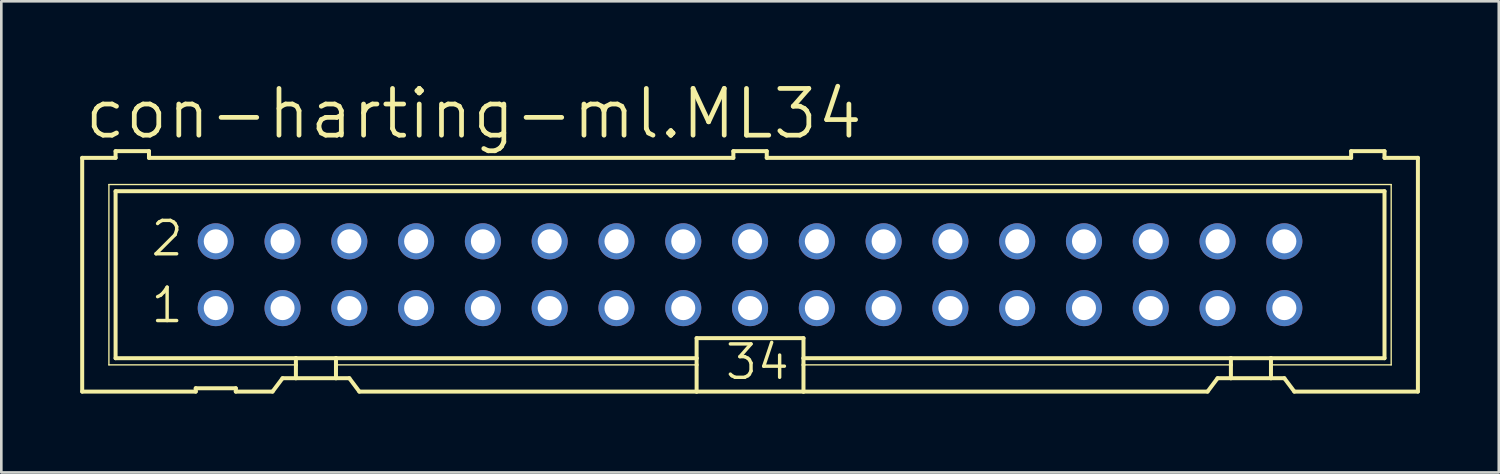
<source format=kicad_pcb>
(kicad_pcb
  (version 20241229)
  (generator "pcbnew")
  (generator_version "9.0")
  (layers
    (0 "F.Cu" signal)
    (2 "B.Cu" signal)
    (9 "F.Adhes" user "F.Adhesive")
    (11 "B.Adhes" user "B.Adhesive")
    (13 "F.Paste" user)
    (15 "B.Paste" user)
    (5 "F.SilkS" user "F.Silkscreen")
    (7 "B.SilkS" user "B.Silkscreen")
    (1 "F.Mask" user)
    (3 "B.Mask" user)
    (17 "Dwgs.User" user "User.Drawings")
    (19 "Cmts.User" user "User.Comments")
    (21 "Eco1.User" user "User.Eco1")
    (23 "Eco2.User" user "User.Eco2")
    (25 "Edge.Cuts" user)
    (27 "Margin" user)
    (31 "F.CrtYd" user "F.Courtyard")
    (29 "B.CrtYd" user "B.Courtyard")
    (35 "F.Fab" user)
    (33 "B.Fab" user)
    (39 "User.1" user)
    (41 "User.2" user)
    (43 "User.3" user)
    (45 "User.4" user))
  (footprint "con-harting-ml.ML34"
    (layer "F.Cu")
    (at 25.476 7.398)
    (property "Reference" "con-harting-ml.ML34" (at -25.4 -5.08 0) (layer "F.SilkS") (effects (font (size 1.778 1.778) (thickness 0.18)) (justify left bottom)))
    (attr through_hole)
    (fp_line (start -25.4 -4.445) (end -25.4 4.445) (stroke (width 0.152) (type default)) (layer "F.SilkS"))
    (fp_line (start -25.4 -4.445) (end -24.13 -4.445) (stroke (width 0.152) (type default)) (layer "F.SilkS"))
    (fp_line (start -25.4 4.445) (end -21.082 4.445) (stroke (width 0.152) (type default)) (layer "F.SilkS"))
    (fp_line (start -24.384 -3.429) (end -24.384 3.429) (stroke (width 0.051) (type default)) (layer "F.SilkS"))
    (fp_line (start -24.384 3.429) (end -17.272 3.429) (stroke (width 0.051) (type default)) (layer "F.SilkS"))
    (fp_line (start -24.13 -4.699) (end -24.13 -4.445) (stroke (width 0.152) (type default)) (layer "F.SilkS"))
    (fp_line (start -24.13 -3.175) (end -24.13 3.175) (stroke (width 0.152) (type default)) (layer "F.SilkS"))
    (fp_line (start -24.13 -3.175) (end 24.13 -3.175) (stroke (width 0.152) (type default)) (layer "F.SilkS"))
    (fp_line (start -22.86 -4.699) (end -24.13 -4.699) (stroke (width 0.152) (type default)) (layer "F.SilkS"))
    (fp_line (start -22.86 -4.699) (end -22.86 -4.445) (stroke (width 0.152) (type default)) (layer "F.SilkS"))
    (fp_line (start -22.86 -4.445) (end -0.635 -4.445) (stroke (width 0.152) (type default)) (layer "F.SilkS"))
    (fp_line (start -21.082 4.318) (end -21.082 4.445) (stroke (width 0.152) (type default)) (layer "F.SilkS"))
    (fp_line (start -21.082 4.318) (end -19.558 4.318) (stroke (width 0.152) (type default)) (layer "F.SilkS"))
    (fp_line (start -19.558 4.445) (end -19.558 4.318) (stroke (width 0.152) (type default)) (layer "F.SilkS"))
    (fp_line (start -19.558 4.445) (end -18.161 4.445) (stroke (width 0.152) (type default)) (layer "F.SilkS"))
    (fp_line (start -18.161 4.445) (end -17.78 3.937) (stroke (width 0.152) (type default)) (layer "F.SilkS"))
    (fp_line (start -17.272 3.175) (end -24.13 3.175) (stroke (width 0.152) (type default)) (layer "F.SilkS"))
    (fp_line (start -17.272 3.175) (end -17.272 3.429) (stroke (width 0.152) (type default)) (layer "F.SilkS"))
    (fp_line (start -17.272 3.429) (end -17.272 3.937) (stroke (width 0.152) (type default)) (layer "F.SilkS"))
    (fp_line (start -17.272 3.937) (end -17.78 3.937) (stroke (width 0.152) (type default)) (layer "F.SilkS"))
    (fp_line (start -15.748 3.175) (end -17.272 3.175) (stroke (width 0.152) (type default)) (layer "F.SilkS"))
    (fp_line (start -15.748 3.175) (end -15.748 3.429) (stroke (width 0.152) (type default)) (layer "F.SilkS"))
    (fp_line (start -15.748 3.429) (end -15.748 3.937) (stroke (width 0.152) (type default)) (layer "F.SilkS"))
    (fp_line (start -15.748 3.429) (end -2.032 3.429) (stroke (width 0.051) (type default)) (layer "F.SilkS"))
    (fp_line (start -15.748 3.937) (end -17.272 3.937) (stroke (width 0.152) (type default)) (layer "F.SilkS"))
    (fp_line (start -15.24 3.937) (end -15.748 3.937) (stroke (width 0.152) (type default)) (layer "F.SilkS"))
    (fp_line (start -15.24 3.937) (end -14.859 4.445) (stroke (width 0.152) (type default)) (layer "F.SilkS"))
    (fp_line (start -14.859 4.445) (end -2.032 4.445) (stroke (width 0.152) (type default)) (layer "F.SilkS"))
    (fp_line (start -2.032 3.175) (end -15.748 3.175) (stroke (width 0.152) (type default)) (layer "F.SilkS"))
    (fp_line (start -2.032 3.175) (end -2.032 2.413) (stroke (width 0.152) (type default)) (layer "F.SilkS"))
    (fp_line (start -2.032 3.175) (end -2.032 3.429) (stroke (width 0.152) (type default)) (layer "F.SilkS"))
    (fp_line (start -2.032 3.429) (end -2.032 4.445) (stroke (width 0.152) (type default)) (layer "F.SilkS"))
    (fp_line (start -0.635 -4.699) (end -0.635 -4.445) (stroke (width 0.152) (type default)) (layer "F.SilkS"))
    (fp_line (start 0.635 -4.699) (end -0.635 -4.699) (stroke (width 0.152) (type default)) (layer "F.SilkS"))
    (fp_line (start 0.635 -4.699) (end 0.635 -4.445) (stroke (width 0.152) (type default)) (layer "F.SilkS"))
    (fp_line (start 0.635 -4.445) (end 22.86 -4.445) (stroke (width 0.152) (type default)) (layer "F.SilkS"))
    (fp_line (start 2.032 2.413) (end -2.032 2.413) (stroke (width 0.152) (type default)) (layer "F.SilkS"))
    (fp_line (start 2.032 2.413) (end 2.032 3.175) (stroke (width 0.152) (type default)) (layer "F.SilkS"))
    (fp_line (start 2.032 3.175) (end 2.032 3.429) (stroke (width 0.152) (type default)) (layer "F.SilkS"))
    (fp_line (start 2.032 3.429) (end 2.032 4.445) (stroke (width 0.152) (type default)) (layer "F.SilkS"))
    (fp_line (start 2.032 4.445) (end -2.032 4.445) (stroke (width 0.152) (type default)) (layer "F.SilkS"))
    (fp_line (start 17.399 4.445) (end 2.032 4.445) (stroke (width 0.152) (type default)) (layer "F.SilkS"))
    (fp_line (start 17.399 4.445) (end 17.78 3.937) (stroke (width 0.152) (type default)) (layer "F.SilkS"))
    (fp_line (start 18.288 3.175) (end 2.032 3.175) (stroke (width 0.152) (type default)) (layer "F.SilkS"))
    (fp_line (start 18.288 3.175) (end 18.288 3.429) (stroke (width 0.152) (type default)) (layer "F.SilkS"))
    (fp_line (start 18.288 3.429) (end 2.032 3.429) (stroke (width 0.051) (type default)) (layer "F.SilkS"))
    (fp_line (start 18.288 3.429) (end 18.288 3.937) (stroke (width 0.152) (type default)) (layer "F.SilkS"))
    (fp_line (start 18.288 3.937) (end 17.78 3.937) (stroke (width 0.152) (type default)) (layer "F.SilkS"))
    (fp_line (start 19.812 3.175) (end 18.288 3.175) (stroke (width 0.152) (type default)) (layer "F.SilkS"))
    (fp_line (start 19.812 3.175) (end 19.812 3.429) (stroke (width 0.152) (type default)) (layer "F.SilkS"))
    (fp_line (start 19.812 3.429) (end 19.812 3.937) (stroke (width 0.152) (type default)) (layer "F.SilkS"))
    (fp_line (start 19.812 3.429) (end 24.384 3.429) (stroke (width 0.051) (type default)) (layer "F.SilkS"))
    (fp_line (start 19.812 3.937) (end 18.288 3.937) (stroke (width 0.152) (type default)) (layer "F.SilkS"))
    (fp_line (start 20.32 3.937) (end 19.812 3.937) (stroke (width 0.152) (type default)) (layer "F.SilkS"))
    (fp_line (start 20.32 3.937) (end 20.701 4.445) (stroke (width 0.152) (type default)) (layer "F.SilkS"))
    (fp_line (start 22.86 -4.445) (end 22.86 -4.699) (stroke (width 0.152) (type default)) (layer "F.SilkS"))
    (fp_line (start 24.13 -4.699) (end 22.86 -4.699) (stroke (width 0.152) (type default)) (layer "F.SilkS"))
    (fp_line (start 24.13 -4.445) (end 24.13 -4.699) (stroke (width 0.152) (type default)) (layer "F.SilkS"))
    (fp_line (start 24.13 -4.445) (end 25.4 -4.445) (stroke (width 0.152) (type default)) (layer "F.SilkS"))
    (fp_line (start 24.13 3.175) (end 19.812 3.175) (stroke (width 0.152) (type default)) (layer "F.SilkS"))
    (fp_line (start 24.13 3.175) (end 24.13 -3.175) (stroke (width 0.152) (type default)) (layer "F.SilkS"))
    (fp_line (start 24.384 -3.429) (end -24.384 -3.429) (stroke (width 0.051) (type default)) (layer "F.SilkS"))
    (fp_line (start 24.384 3.429) (end 24.384 -3.429) (stroke (width 0.051) (type default)) (layer "F.SilkS"))
    (fp_line (start 25.4 4.445) (end 20.701 4.445) (stroke (width 0.152) (type default)) (layer "F.SilkS"))
    (fp_line (start 25.4 4.445) (end 25.4 -4.445) (stroke (width 0.152) (type default)) (layer "F.SilkS"))
    (fp_rect (start -20.574 -1.016) (end -20.066 -1.524) (stroke (width 0.05) (type default)) (fill no) (layer "F.Fab"))
    (fp_rect (start -20.574 1.524) (end -20.066 1.016) (stroke (width 0.05) (type default)) (fill no) (layer "F.Fab"))
    (fp_rect (start -18.034 -1.016) (end -17.526 -1.524) (stroke (width 0.05) (type default)) (fill no) (layer "F.Fab"))
    (fp_rect (start -18.034 1.524) (end -17.526 1.016) (stroke (width 0.05) (type default)) (fill no) (layer "F.Fab"))
    (fp_rect (start -15.494 -1.016) (end -14.986 -1.524) (stroke (width 0.05) (type default)) (fill no) (layer "F.Fab"))
    (fp_rect (start -15.494 1.524) (end -14.986 1.016) (stroke (width 0.05) (type default)) (fill no) (layer "F.Fab"))
    (fp_rect (start -12.954 -1.016) (end -12.446 -1.524) (stroke (width 0.05) (type default)) (fill no) (layer "F.Fab"))
    (fp_rect (start -12.954 1.524) (end -12.446 1.016) (stroke (width 0.05) (type default)) (fill no) (layer "F.Fab"))
    (fp_rect (start -10.414 -1.016) (end -9.906 -1.524) (stroke (width 0.05) (type default)) (fill no) (layer "F.Fab"))
    (fp_rect (start -10.414 1.524) (end -9.906 1.016) (stroke (width 0.05) (type default)) (fill no) (layer "F.Fab"))
    (fp_rect (start -7.874 -1.016) (end -7.366 -1.524) (stroke (width 0.05) (type default)) (fill no) (layer "F.Fab"))
    (fp_rect (start -7.874 1.524) (end -7.366 1.016) (stroke (width 0.05) (type default)) (fill no) (layer "F.Fab"))
    (fp_rect (start -5.334 -1.016) (end -4.826 -1.524) (stroke (width 0.05) (type default)) (fill no) (layer "F.Fab"))
    (fp_rect (start -5.334 1.524) (end -4.826 1.016) (stroke (width 0.05) (type default)) (fill no) (layer "F.Fab"))
    (fp_rect (start -2.794 -1.016) (end -2.286 -1.524) (stroke (width 0.05) (type default)) (fill no) (layer "F.Fab"))
    (fp_rect (start -2.794 1.524) (end -2.286 1.016) (stroke (width 0.05) (type default)) (fill no) (layer "F.Fab"))
    (fp_rect (start -0.254 -1.016) (end 0.254 -1.524) (stroke (width 0.05) (type default)) (fill no) (layer "F.Fab"))
    (fp_rect (start -0.254 1.524) (end 0.254 1.016) (stroke (width 0.05) (type default)) (fill no) (layer "F.Fab"))
    (fp_rect (start 2.286 -1.016) (end 2.794 -1.524) (stroke (width 0.05) (type default)) (fill no) (layer "F.Fab"))
    (fp_rect (start 2.286 1.524) (end 2.794 1.016) (stroke (width 0.05) (type default)) (fill no) (layer "F.Fab"))
    (fp_rect (start 4.826 -1.016) (end 5.334 -1.524) (stroke (width 0.05) (type default)) (fill no) (layer "F.Fab"))
    (fp_rect (start 4.826 1.524) (end 5.334 1.016) (stroke (width 0.05) (type default)) (fill no) (layer "F.Fab"))
    (fp_rect (start 7.366 -1.016) (end 7.874 -1.524) (stroke (width 0.05) (type default)) (fill no) (layer "F.Fab"))
    (fp_rect (start 7.366 1.524) (end 7.874 1.016) (stroke (width 0.05) (type default)) (fill no) (layer "F.Fab"))
    (fp_rect (start 9.906 -1.016) (end 10.414 -1.524) (stroke (width 0.05) (type default)) (fill no) (layer "F.Fab"))
    (fp_rect (start 9.906 1.524) (end 10.414 1.016) (stroke (width 0.05) (type default)) (fill no) (layer "F.Fab"))
    (fp_rect (start 12.446 -1.016) (end 12.954 -1.524) (stroke (width 0.05) (type default)) (fill no) (layer "F.Fab"))
    (fp_rect (start 12.446 1.524) (end 12.954 1.016) (stroke (width 0.05) (type default)) (fill no) (layer "F.Fab"))
    (fp_rect (start 14.986 -1.016) (end 15.494 -1.524) (stroke (width 0.05) (type default)) (fill no) (layer "F.Fab"))
    (fp_rect (start 14.986 1.524) (end 15.494 1.016) (stroke (width 0.05) (type default)) (fill no) (layer "F.Fab"))
    (fp_rect (start 17.526 -1.016) (end 18.034 -1.524) (stroke (width 0.05) (type default)) (fill no) (layer "F.Fab"))
    (fp_rect (start 17.526 1.524) (end 18.034 1.016) (stroke (width 0.05) (type default)) (fill no) (layer "F.Fab"))
    (fp_rect (start 20.066 -1.016) (end 20.574 -1.524) (stroke (width 0.05) (type default)) (fill no) (layer "F.Fab"))
    (fp_rect (start 20.066 1.524) (end 20.574 1.016) (stroke (width 0.05) (type default)) (fill no) (layer "F.Fab"))
    (fp_text user "34" (at -1.016 4.064 0) (layer "F.SilkS") (effects (font (size 1.27 1.27) (thickness 0.13)) (justify left bottom)))
    (fp_text user "1" (at -22.86 1.905 0) (layer "F.SilkS") (effects (font (size 1.27 1.27) (thickness 0.13)) (justify left bottom)))
    (fp_text user "2" (at -22.86 -0.635 0) (layer "F.SilkS") (effects (font (size 1.27 1.27) (thickness 0.13)) (justify left bottom)))
    (pad "1" thru_hole circle (at -20.32 1.27) (size 1.372 1.372) (drill 0.914) (layers "*.Cu" "*.Mask"))
    (pad "2" thru_hole circle (at -20.32 -1.27) (size 1.372 1.372) (drill 0.914) (layers "*.Cu" "*.Mask"))
    (pad "3" thru_hole circle (at -17.78 1.27) (size 1.372 1.372) (drill 0.914) (layers "*.Cu" "*.Mask"))
    (pad "4" thru_hole circle (at -17.78 -1.27) (size 1.372 1.372) (drill 0.914) (layers "*.Cu" "*.Mask"))
    (pad "5" thru_hole circle (at -15.24 1.27) (size 1.372 1.372) (drill 0.914) (layers "*.Cu" "*.Mask"))
    (pad "6" thru_hole circle (at -15.24 -1.27) (size 1.372 1.372) (drill 0.914) (layers "*.Cu" "*.Mask"))
    (pad "7" thru_hole circle (at -12.7 1.27) (size 1.372 1.372) (drill 0.914) (layers "*.Cu" "*.Mask"))
    (pad "8" thru_hole circle (at -12.7 -1.27) (size 1.372 1.372) (drill 0.914) (layers "*.Cu" "*.Mask"))
    (pad "9" thru_hole circle (at -10.16 1.27) (size 1.372 1.372) (drill 0.914) (layers "*.Cu" "*.Mask"))
    (pad "10" thru_hole circle (at -10.16 -1.27) (size 1.372 1.372) (drill 0.914) (layers "*.Cu" "*.Mask"))
    (pad "11" thru_hole circle (at -7.62 1.27) (size 1.372 1.372) (drill 0.914) (layers "*.Cu" "*.Mask"))
    (pad "12" thru_hole circle (at -7.62 -1.27) (size 1.372 1.372) (drill 0.914) (layers "*.Cu" "*.Mask"))
    (pad "13" thru_hole circle (at -5.08 1.27) (size 1.372 1.372) (drill 0.914) (layers "*.Cu" "*.Mask"))
    (pad "14" thru_hole circle (at -5.08 -1.27) (size 1.372 1.372) (drill 0.914) (layers "*.Cu" "*.Mask"))
    (pad "15" thru_hole circle (at -2.54 1.27) (size 1.372 1.372) (drill 0.914) (layers "*.Cu" "*.Mask"))
    (pad "16" thru_hole circle (at -2.54 -1.27) (size 1.372 1.372) (drill 0.914) (layers "*.Cu" "*.Mask"))
    (pad "17" thru_hole circle (at 0 1.27) (size 1.372 1.372) (drill 0.914) (layers "*.Cu" "*.Mask"))
    (pad "18" thru_hole circle (at 0 -1.27) (size 1.372 1.372) (drill 0.914) (layers "*.Cu" "*.Mask"))
    (pad "19" thru_hole circle (at 2.54 1.27) (size 1.372 1.372) (drill 0.914) (layers "*.Cu" "*.Mask"))
    (pad "20" thru_hole circle (at 2.54 -1.27) (size 1.372 1.372) (drill 0.914) (layers "*.Cu" "*.Mask"))
    (pad "21" thru_hole circle (at 5.08 1.27) (size 1.372 1.372) (drill 0.914) (layers "*.Cu" "*.Mask"))
    (pad "22" thru_hole circle (at 5.08 -1.27) (size 1.372 1.372) (drill 0.914) (layers "*.Cu" "*.Mask"))
    (pad "23" thru_hole circle (at 7.62 1.27) (size 1.372 1.372) (drill 0.914) (layers "*.Cu" "*.Mask"))
    (pad "24" thru_hole circle (at 7.62 -1.27) (size 1.372 1.372) (drill 0.914) (layers "*.Cu" "*.Mask"))
    (pad "25" thru_hole circle (at 10.16 1.27) (size 1.372 1.372) (drill 0.914) (layers "*.Cu" "*.Mask"))
    (pad "26" thru_hole circle (at 10.16 -1.27) (size 1.372 1.372) (drill 0.914) (layers "*.Cu" "*.Mask"))
    (pad "27" thru_hole circle (at 12.7 1.27) (size 1.372 1.372) (drill 0.914) (layers "*.Cu" "*.Mask"))
    (pad "28" thru_hole circle (at 12.7 -1.27) (size 1.372 1.372) (drill 0.914) (layers "*.Cu" "*.Mask"))
    (pad "29" thru_hole circle (at 15.24 1.27) (size 1.372 1.372) (drill 0.914) (layers "*.Cu" "*.Mask"))
    (pad "30" thru_hole circle (at 15.24 -1.27) (size 1.372 1.372) (drill 0.914) (layers "*.Cu" "*.Mask"))
    (pad "31" thru_hole circle (at 17.78 1.27) (size 1.372 1.372) (drill 0.914) (layers "*.Cu" "*.Mask"))
    (pad "32" thru_hole circle (at 17.78 -1.27) (size 1.372 1.372) (drill 0.914) (layers "*.Cu" "*.Mask"))
    (pad "33" thru_hole circle (at 20.32 1.27) (size 1.372 1.372) (drill 0.914) (layers "*.Cu" "*.Mask"))
    (pad "34" thru_hole circle (at 20.32 -1.27) (size 1.372 1.372) (drill 0.914) (layers "*.Cu" "*.Mask")))
  (gr_rect
    (start -3 -3)
    (end 53.952 14.919)
    (stroke (width 0.1) (type default))
    (fill no)
    (layer "Edge.Cuts")))
</source>
